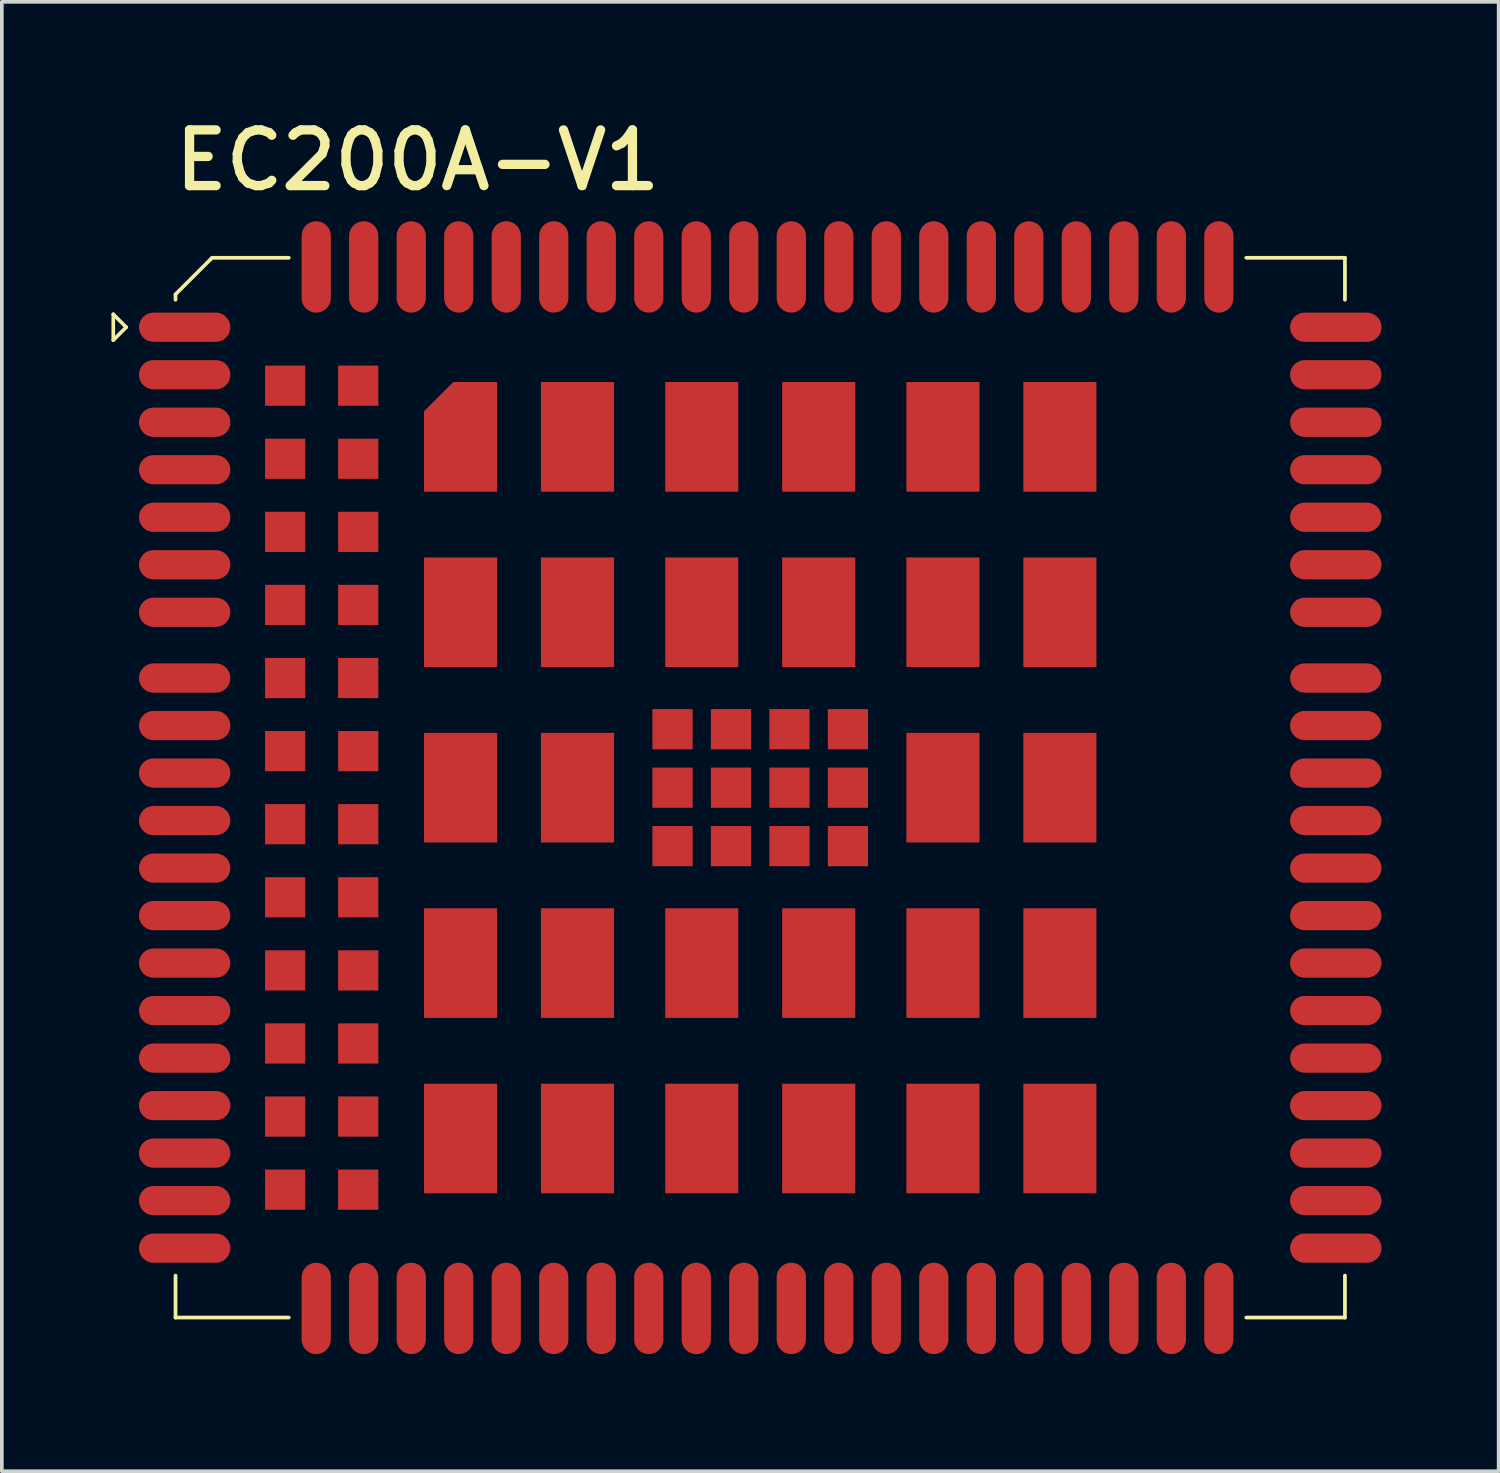
<source format=kicad_pcb>
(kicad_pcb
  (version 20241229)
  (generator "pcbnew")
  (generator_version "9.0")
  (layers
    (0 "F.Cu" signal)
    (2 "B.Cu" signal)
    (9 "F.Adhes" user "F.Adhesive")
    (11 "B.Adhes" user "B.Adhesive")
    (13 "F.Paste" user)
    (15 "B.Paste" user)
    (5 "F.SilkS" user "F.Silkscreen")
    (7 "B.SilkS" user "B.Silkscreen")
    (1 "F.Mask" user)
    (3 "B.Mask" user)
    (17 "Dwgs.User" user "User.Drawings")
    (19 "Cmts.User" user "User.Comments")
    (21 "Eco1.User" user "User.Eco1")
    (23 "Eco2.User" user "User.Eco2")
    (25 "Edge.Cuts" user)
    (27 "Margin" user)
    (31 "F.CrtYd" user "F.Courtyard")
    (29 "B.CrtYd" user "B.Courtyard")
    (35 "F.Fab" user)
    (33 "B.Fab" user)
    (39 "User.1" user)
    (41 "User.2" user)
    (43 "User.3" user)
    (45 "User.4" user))
  (footprint "EC200A-V1"
    (layer "F.Cu")
    (at 17.753 18.504)
    (property "Reference" "EC200A-V1" (at -9.375 -17.167 0) (unlocked yes) (layer "F.SilkS") (effects (font (size 1.524 1.524) (thickness 0.254))))
    (fp_poly (pts (xy -9.25 -8.05) (xy -7.15 -8.05) (xy -7.15 -11.15) (xy -8.45 -11.15) (xy -9.25 -10.35)) (stroke (width 0) (type default)) (fill yes) (layer "F.Mask"))
    (fp_line (start -17.703 -12.954) (end -17.35 -12.6) (stroke (width 0.1) (type solid)) (layer "F.SilkS"))
    (fp_line (start -17.703 -12.246) (end -17.703 -12.954) (stroke (width 0.1) (type solid)) (layer "F.SilkS"))
    (fp_line (start -17.703 -12.246) (end -17.35 -12.6) (stroke (width 0.1) (type solid)) (layer "F.SilkS"))
    (fp_line (start -16 -13.5) (end -15 -14.5) (stroke (width 0.1) (type solid)) (layer "F.SilkS"))
    (fp_line (start -16 -13.351) (end -16 -13.5) (stroke (width 0.102) (type solid)) (layer "F.SilkS"))
    (fp_line (start -16 14.5) (end -16 13.351) (stroke (width 0.102) (type solid)) (layer "F.SilkS"))
    (fp_line (start -16 14.5) (end -12.901 14.5) (stroke (width 0.102) (type solid)) (layer "F.SilkS"))
    (fp_line (start -15 -14.5) (end -12.901 -14.5) (stroke (width 0.102) (type solid)) (layer "F.SilkS"))
    (fp_line (start 13.301 -14.5) (end 16 -14.5) (stroke (width 0.102) (type solid)) (layer "F.SilkS"))
    (fp_line (start 13.301 14.5) (end 16 14.5) (stroke (width 0.102) (type solid)) (layer "F.SilkS"))
    (fp_line (start 16 -13.351) (end 16 -14.5) (stroke (width 0.102) (type solid)) (layer "F.SilkS"))
    (fp_line (start 16 14.5) (end 16 13.351) (stroke (width 0.102) (type solid)) (layer "F.SilkS"))
    (fp_poly (pts (xy -9.2 -10.3) (xy -8.4 -11.1) (xy -7.2 -11.1) (xy -7.2 -8.1) (xy -9.2 -8.1)) (stroke (width 0) (type default)) (fill yes) (layer "F.Paste"))
    (fp_line (start -17.2 -13.997) (end -17.2 15.7) (stroke (width 0.01) (type solid)) (layer "User.5"))
    (fp_line (start -17.2 -13.997) (end -15.497 -15.7) (stroke (width 0.01) (type solid)) (layer "User.5"))
    (fp_line (start -17.2 15.7) (end 17.2 15.7) (stroke (width 0.01) (type solid)) (layer "User.5"))
    (fp_line (start -15.497 -15.7) (end 17.2 -15.7) (stroke (width 0.01) (type solid)) (layer "User.5"))
    (fp_line (start 17.2 15.7) (end 17.2 -15.7) (stroke (width 0.01) (type solid)) (layer "User.5"))
    (pad "" smd custom (at -9.2 -10.3) (size 0.000001 0.000001) (layers "F.Cu") (options (anchor circle)) (primitives (gr_poly (pts (xy 0 0) (xy 0.8 -0.8) (xy 2 -0.8) (xy 2 2.2) (xy 0 2.2)) (width 0) (fill yes))))
    (pad "1" smd oval (at -15.75 -12.6) (size 2.5 0.8) (layers "F.Cu" "F.Mask" "F.Paste"))
    (pad "2" smd oval (at -15.75 -11.3) (size 2.5 0.8) (layers "F.Cu" "F.Mask" "F.Paste"))
    (pad "3" smd oval (at -15.75 -10) (size 2.5 0.8) (layers "F.Cu" "F.Mask" "F.Paste"))
    (pad "4" smd oval (at -15.75 -8.7) (size 2.5 0.8) (layers "F.Cu" "F.Mask" "F.Paste"))
    (pad "5" smd oval (at -15.75 -7.4) (size 2.5 0.8) (layers "F.Cu" "F.Mask" "F.Paste"))
    (pad "6" smd oval (at -15.75 -6.1) (size 2.5 0.8) (layers "F.Cu" "F.Mask" "F.Paste"))
    (pad "7" smd oval (at -15.75 -4.8) (size 2.5 0.8) (layers "F.Cu" "F.Mask" "F.Paste"))
    (pad "8" smd oval (at -15.75 -0.4) (size 2.5 0.8) (layers "F.Cu" "F.Mask" "F.Paste"))
    (pad "9" smd oval (at -15.75 0.9) (size 2.5 0.8) (layers "F.Cu" "F.Mask" "F.Paste"))
    (pad "10" smd oval (at -15.75 2.2) (size 2.5 0.8) (layers "F.Cu" "F.Mask" "F.Paste"))
    (pad "11" smd oval (at -15.75 3.5) (size 2.5 0.8) (layers "F.Cu" "F.Mask" "F.Paste"))
    (pad "12" smd oval (at -15.75 4.8) (size 2.5 0.8) (layers "F.Cu" "F.Mask" "F.Paste"))
    (pad "13" smd oval (at -15.75 6.1) (size 2.5 0.8) (layers "F.Cu" "F.Mask" "F.Paste"))
    (pad "14" smd oval (at -15.75 7.4) (size 2.5 0.8) (layers "F.Cu" "F.Mask" "F.Paste"))
    (pad "15" smd oval (at -15.75 8.7) (size 2.5 0.8) (layers "F.Cu" "F.Mask" "F.Paste"))
    (pad "16" smd oval (at -15.75 10) (size 2.5 0.8) (layers "F.Cu" "F.Mask" "F.Paste"))
    (pad "17" smd oval (at -15.75 11.3) (size 2.5 0.8) (layers "F.Cu" "F.Mask" "F.Paste"))
    (pad "18" smd oval (at -15.75 12.6) (size 2.5 0.8) (layers "F.Cu" "F.Mask" "F.Paste"))
    (pad "19" smd oval (at -9.55 14.25 90) (size 2.5 0.8) (layers "F.Cu" "F.Mask" "F.Paste"))
    (pad "20" smd oval (at -8.25 14.25 90) (size 2.5 0.8) (layers "F.Cu" "F.Mask" "F.Paste"))
    (pad "21" smd oval (at -6.95 14.25 90) (size 2.5 0.8) (layers "F.Cu" "F.Mask" "F.Paste"))
    (pad "22" smd oval (at -5.65 14.25 90) (size 2.5 0.8) (layers "F.Cu" "F.Mask" "F.Paste"))
    (pad "23" smd oval (at -4.35 14.25 90) (size 2.5 0.8) (layers "F.Cu" "F.Mask" "F.Paste"))
    (pad "24" smd oval (at -3.05 14.25 90) (size 2.5 0.8) (layers "F.Cu" "F.Mask" "F.Paste"))
    (pad "25" smd oval (at -1.75 14.25 90) (size 2.5 0.8) (layers "F.Cu" "F.Mask" "F.Paste"))
    (pad "26" smd oval (at -0.45 14.25 90) (size 2.5 0.8) (layers "F.Cu" "F.Mask" "F.Paste"))
    (pad "27" smd oval (at 0.85 14.25 90) (size 2.5 0.8) (layers "F.Cu" "F.Mask" "F.Paste"))
    (pad "28" smd oval (at 2.15 14.25 90) (size 2.5 0.8) (layers "F.Cu" "F.Mask" "F.Paste"))
    (pad "29" smd oval (at 3.45 14.25 90) (size 2.5 0.8) (layers "F.Cu" "F.Mask" "F.Paste"))
    (pad "30" smd oval (at 4.75 14.25 90) (size 2.5 0.8) (layers "F.Cu" "F.Mask" "F.Paste"))
    (pad "31" smd oval (at 6.05 14.25 90) (size 2.5 0.8) (layers "F.Cu" "F.Mask" "F.Paste"))
    (pad "32" smd oval (at 7.35 14.25 90) (size 2.5 0.8) (layers "F.Cu" "F.Mask" "F.Paste"))
    (pad "33" smd oval (at 8.65 14.25 90) (size 2.5 0.8) (layers "F.Cu" "F.Mask" "F.Paste"))
    (pad "34" smd oval (at 9.95 14.25 90) (size 2.5 0.8) (layers "F.Cu" "F.Mask" "F.Paste"))
    (pad "35" smd oval (at 11.25 14.25 90) (size 2.5 0.8) (layers "F.Cu" "F.Mask" "F.Paste"))
    (pad "36" smd oval (at 12.55 14.25 90) (size 2.5 0.8) (layers "F.Cu" "F.Mask" "F.Paste"))
    (pad "37" smd oval (at 15.75 12.6) (size 2.5 0.8) (layers "F.Cu" "F.Mask" "F.Paste"))
    (pad "38" smd oval (at 15.75 11.3) (size 2.5 0.8) (layers "F.Cu" "F.Mask" "F.Paste"))
    (pad "39" smd oval (at 15.75 10) (size 2.5 0.8) (layers "F.Cu" "F.Mask" "F.Paste"))
    (pad "40" smd oval (at 15.75 8.7) (size 2.5 0.8) (layers "F.Cu" "F.Mask" "F.Paste"))
    (pad "41" smd oval (at 15.75 7.4) (size 2.5 0.8) (layers "F.Cu" "F.Mask" "F.Paste"))
    (pad "42" smd oval (at 15.75 6.1) (size 2.5 0.8) (layers "F.Cu" "F.Mask" "F.Paste"))
    (pad "43" smd oval (at 15.75 4.8) (size 2.5 0.8) (layers "F.Cu" "F.Mask" "F.Paste"))
    (pad "44" smd oval (at 15.75 3.5) (size 2.5 0.8) (layers "F.Cu" "F.Mask" "F.Paste"))
    (pad "45" smd oval (at 15.75 2.2) (size 2.5 0.8) (layers "F.Cu" "F.Mask" "F.Paste"))
    (pad "46" smd oval (at 15.75 0.9) (size 2.5 0.8) (layers "F.Cu" "F.Mask" "F.Paste"))
    (pad "47" smd oval (at 15.75 -0.4) (size 2.5 0.8) (layers "F.Cu" "F.Mask" "F.Paste"))
    (pad "48" smd oval (at 15.75 -4.8) (size 2.5 0.8) (layers "F.Cu" "F.Mask" "F.Paste"))
    (pad "49" smd oval (at 15.75 -6.1) (size 2.5 0.8) (layers "F.Cu" "F.Mask" "F.Paste"))
    (pad "50" smd oval (at 15.75 -7.4) (size 2.5 0.8) (layers "F.Cu" "F.Mask" "F.Paste"))
    (pad "51" smd oval (at 15.75 -8.7) (size 2.5 0.8) (layers "F.Cu" "F.Mask" "F.Paste"))
    (pad "52" smd oval (at 15.75 -10) (size 2.5 0.8) (layers "F.Cu" "F.Mask" "F.Paste"))
    (pad "53" smd oval (at 15.75 -11.3) (size 2.5 0.8) (layers "F.Cu" "F.Mask" "F.Paste"))
    (pad "54" smd oval (at 15.75 -12.6) (size 2.5 0.8) (layers "F.Cu" "F.Mask" "F.Paste"))
    (pad "55" smd oval (at 12.55 -14.25 90) (size 2.5 0.8) (layers "F.Cu" "F.Mask" "F.Paste"))
    (pad "56" smd oval (at 11.25 -14.25 90) (size 2.5 0.8) (layers "F.Cu" "F.Mask" "F.Paste"))
    (pad "57" smd oval (at 9.95 -14.25 90) (size 2.5 0.8) (layers "F.Cu" "F.Mask" "F.Paste"))
    (pad "58" smd oval (at 8.65 -14.25 90) (size 2.5 0.8) (layers "F.Cu" "F.Mask" "F.Paste"))
    (pad "59" smd oval (at 7.35 -14.25 90) (size 2.5 0.8) (layers "F.Cu" "F.Mask" "F.Paste"))
    (pad "60" smd oval (at 6.05 -14.25 90) (size 2.5 0.8) (layers "F.Cu" "F.Mask" "F.Paste"))
    (pad "61" smd oval (at 4.75 -14.25 90) (size 2.5 0.8) (layers "F.Cu" "F.Mask" "F.Paste"))
    (pad "62" smd oval (at 3.45 -14.25 90) (size 2.5 0.8) (layers "F.Cu" "F.Mask" "F.Paste"))
    (pad "63" smd oval (at 2.15 -14.25 90) (size 2.5 0.8) (layers "F.Cu" "F.Mask" "F.Paste"))
    (pad "64" smd oval (at 0.85 -14.25 90) (size 2.5 0.8) (layers "F.Cu" "F.Mask" "F.Paste"))
    (pad "65" smd oval (at -0.45 -14.25 90) (size 2.5 0.8) (layers "F.Cu" "F.Mask" "F.Paste"))
    (pad "66" smd oval (at -1.75 -14.25 90) (size 2.5 0.8) (layers "F.Cu" "F.Mask" "F.Paste"))
    (pad "67" smd oval (at -3.05 -14.25 90) (size 2.5 0.8) (layers "F.Cu" "F.Mask" "F.Paste"))
    (pad "68" smd oval (at -4.35 -14.25 90) (size 2.5 0.8) (layers "F.Cu" "F.Mask" "F.Paste"))
    (pad "69" smd oval (at -5.65 -14.25 90) (size 2.5 0.8) (layers "F.Cu" "F.Mask" "F.Paste"))
    (pad "70" smd oval (at -6.95 -14.25 90) (size 2.5 0.8) (layers "F.Cu" "F.Mask" "F.Paste"))
    (pad "71" smd oval (at -8.25 -14.25 90) (size 2.5 0.8) (layers "F.Cu" "F.Mask" "F.Paste"))
    (pad "72" smd oval (at -9.55 -14.25 90) (size 2.5 0.8) (layers "F.Cu" "F.Mask" "F.Paste"))
    (pad "73" smd rect (at 2.4 -1.6) (size 1.1 1.1) (layers "F.Cu" "F.Mask" "F.Paste"))
    (pad "74" smd rect (at 2.4 0) (size 1.1 1.1) (layers "F.Cu" "F.Mask" "F.Paste"))
    (pad "75" smd rect (at 2.4 1.6) (size 1.1 1.1) (layers "F.Cu" "F.Mask" "F.Paste"))
    (pad "76" smd rect (at 0.8 -1.6) (size 1.1 1.1) (layers "F.Cu" "F.Mask" "F.Paste"))
    (pad "77" smd rect (at 0.8 0) (size 1.1 1.1) (layers "F.Cu" "F.Mask" "F.Paste"))
    (pad "78" smd rect (at 0.8 1.6) (size 1.1 1.1) (layers "F.Cu" "F.Mask" "F.Paste"))
    (pad "79" smd rect (at -0.8 -1.6) (size 1.1 1.1) (layers "F.Cu" "F.Mask" "F.Paste"))
    (pad "80" smd rect (at -0.8 0) (size 1.1 1.1) (layers "F.Cu" "F.Mask" "F.Paste"))
    (pad "81" smd rect (at -0.8 1.6) (size 1.1 1.1) (layers "F.Cu" "F.Mask" "F.Paste"))
    (pad "82" smd rect (at -2.4 -1.6) (size 1.1 1.1) (layers "F.Cu" "F.Mask" "F.Paste"))
    (pad "83" smd rect (at -2.4 0) (size 1.1 1.1) (layers "F.Cu" "F.Mask" "F.Paste"))
    (pad "84" smd rect (at -2.4 1.6) (size 1.1 1.1) (layers "F.Cu" "F.Mask" "F.Paste"))
    (pad "85" smd rect (at 8.2 -9.6 90) (size 3 2) (layers "F.Cu" "F.Mask" "F.Paste"))
    (pad "86" smd rect (at 8.2 -4.8 90) (size 3 2) (layers "F.Cu" "F.Mask" "F.Paste"))
    (pad "87" smd rect (at 8.2 0 90) (size 3 2) (layers "F.Cu" "F.Mask" "F.Paste"))
    (pad "88" smd rect (at 8.2 4.8 90) (size 3 2) (layers "F.Cu" "F.Mask" "F.Paste"))
    (pad "89" smd rect (at 8.2 9.6 90) (size 3 2) (layers "F.Cu" "F.Mask" "F.Paste"))
    (pad "90" smd rect (at 5 -9.6 90) (size 3 2) (layers "F.Cu" "F.Mask" "F.Paste"))
    (pad "91" smd rect (at 5 -4.8 90) (size 3 2) (layers "F.Cu" "F.Mask" "F.Paste"))
    (pad "92" smd rect (at 5 0 90) (size 3 2) (layers "F.Cu" "F.Mask" "F.Paste"))
    (pad "93" smd rect (at 5 4.8 90) (size 3 2) (layers "F.Cu" "F.Mask" "F.Paste"))
    (pad "94" smd rect (at 5 9.6 90) (size 3 2) (layers "F.Cu" "F.Mask" "F.Paste"))
    (pad "95" smd rect (at 1.6 -9.6 90) (size 3 2) (layers "F.Cu" "F.Mask" "F.Paste"))
    (pad "96" smd rect (at 1.6 -4.8 90) (size 3 2) (layers "F.Cu" "F.Mask" "F.Paste"))
    (pad "97" smd rect (at 1.6 4.8 90) (size 3 2) (layers "F.Cu" "F.Mask" "F.Paste"))
    (pad "98" smd rect (at 1.6 9.6 90) (size 3 2) (layers "F.Cu" "F.Mask" "F.Paste"))
    (pad "99" smd rect (at -1.6 -9.6 90) (size 3 2) (layers "F.Cu" "F.Mask" "F.Paste"))
    (pad "100" smd rect (at -1.6 -4.8 90) (size 3 2) (layers "F.Cu" "F.Mask" "F.Paste"))
    (pad "101" smd rect (at -1.6 4.8 90) (size 3 2) (layers "F.Cu" "F.Mask" "F.Paste"))
    (pad "102" smd rect (at -1.6 9.6 90) (size 3 2) (layers "F.Cu" "F.Mask" "F.Paste"))
    (pad "103" smd rect (at -5 -9.6 90) (size 3 2) (layers "F.Cu" "F.Mask" "F.Paste"))
    (pad "104" smd rect (at -5 -4.8 90) (size 3 2) (layers "F.Cu" "F.Mask" "F.Paste"))
    (pad "105" smd rect (at -5 0 90) (size 3 2) (layers "F.Cu" "F.Mask" "F.Paste"))
    (pad "106" smd rect (at -5 4.8 90) (size 3 2) (layers "F.Cu" "F.Mask" "F.Paste"))
    (pad "107" smd rect (at -5 9.6 90) (size 3 2) (layers "F.Cu" "F.Mask" "F.Paste"))
    (pad "108" smd rect (at -8.2 -9.6 90) (size 1 1) (layers "F.Cu" "F.Mask" "F.Paste"))
    (pad "109" smd rect (at -8.2 -4.8 90) (size 3 2) (layers "F.Cu" "F.Mask" "F.Paste"))
    (pad "110" smd rect (at -8.2 0 90) (size 3 2) (layers "F.Cu" "F.Mask" "F.Paste"))
    (pad "111" smd rect (at -8.2 4.8 90) (size 3 2) (layers "F.Cu" "F.Mask" "F.Paste"))
    (pad "112" smd rect (at -8.2 9.6 90) (size 3 2) (layers "F.Cu" "F.Mask" "F.Paste"))
    (pad "113" smd oval (at -10.85 -14.25 90) (size 2.5 0.8) (layers "F.Cu" "F.Mask" "F.Paste"))
    (pad "114" smd oval (at -12.15 -14.25 90) (size 2.5 0.8) (layers "F.Cu" "F.Mask" "F.Paste"))
    (pad "115" smd oval (at -10.85 14.25 90) (size 2.5 0.8) (layers "F.Cu" "F.Mask" "F.Paste"))
    (pad "116" smd oval (at -12.15 14.25 90) (size 2.5 0.8) (layers "F.Cu" "F.Mask" "F.Paste"))
    (pad "117" smd rect (at -11 -11) (size 1.1 1.1) (layers "F.Cu" "F.Mask" "F.Paste"))
    (pad "118" smd rect (at -11 -9) (size 1.1 1.1) (layers "F.Cu" "F.Mask" "F.Paste"))
    (pad "119" smd rect (at -11 -7) (size 1.1 1.1) (layers "F.Cu" "F.Mask" "F.Paste"))
    (pad "120" smd rect (at -11 -5) (size 1.1 1.1) (layers "F.Cu" "F.Mask" "F.Paste"))
    (pad "121" smd rect (at -11 -3) (size 1.1 1.1) (layers "F.Cu" "F.Mask" "F.Paste"))
    (pad "122" smd rect (at -11 -1) (size 1.1 1.1) (layers "F.Cu" "F.Mask" "F.Paste"))
    (pad "123" smd rect (at -11 1) (size 1.1 1.1) (layers "F.Cu" "F.Mask" "F.Paste"))
    (pad "124" smd rect (at -11 3) (size 1.1 1.1) (layers "F.Cu" "F.Mask" "F.Paste"))
    (pad "125" smd rect (at -11 5) (size 1.1 1.1) (layers "F.Cu" "F.Mask" "F.Paste"))
    (pad "126" smd rect (at -11 7) (size 1.1 1.1) (layers "F.Cu" "F.Mask" "F.Paste"))
    (pad "127" smd rect (at -11 9) (size 1.1 1.1) (layers "F.Cu" "F.Mask" "F.Paste"))
    (pad "128" smd rect (at -11 11) (size 1.1 1.1) (layers "F.Cu" "F.Mask" "F.Paste"))
    (pad "129" smd rect (at -13 -11) (size 1.1 1.1) (layers "F.Cu" "F.Mask" "F.Paste"))
    (pad "130" smd rect (at -13 -9) (size 1.1 1.1) (layers "F.Cu" "F.Mask" "F.Paste"))
    (pad "131" smd rect (at -13 -7) (size 1.1 1.1) (layers "F.Cu" "F.Mask" "F.Paste"))
    (pad "132" smd rect (at -13 -5) (size 1.1 1.1) (layers "F.Cu" "F.Mask" "F.Paste"))
    (pad "133" smd rect (at -13 -3) (size 1.1 1.1) (layers "F.Cu" "F.Mask" "F.Paste"))
    (pad "134" smd rect (at -13 -1) (size 1.1 1.1) (layers "F.Cu" "F.Mask" "F.Paste"))
    (pad "135" smd rect (at -13 1) (size 1.1 1.1) (layers "F.Cu" "F.Mask" "F.Paste"))
    (pad "136" smd rect (at -13 3) (size 1.1 1.1) (layers "F.Cu" "F.Mask" "F.Paste"))
    (pad "137" smd rect (at -13 5) (size 1.1 1.1) (layers "F.Cu" "F.Mask" "F.Paste"))
    (pad "138" smd rect (at -13 7) (size 1.1 1.1) (layers "F.Cu" "F.Mask" "F.Paste"))
    (pad "139" smd rect (at -13 9) (size 1.1 1.1) (layers "F.Cu" "F.Mask" "F.Paste"))
    (pad "140" smd rect (at -13 11) (size 1.1 1.1) (layers "F.Cu" "F.Mask" "F.Paste"))
    (pad "141" smd oval (at -15.75 -3) (size 2.5 0.8) (layers "F.Cu" "F.Mask" "F.Paste"))
    (pad "142" smd oval (at -15.75 -1.7) (size 2.5 0.8) (layers "F.Cu" "F.Mask" "F.Paste"))
    (pad "143" smd oval (at 15.75 -1.7) (size 2.5 0.8) (layers "F.Cu" "F.Mask" "F.Paste"))
    (pad "144" smd oval (at 15.75 -3) (size 2.5 0.8) (layers "F.Cu" "F.Mask" "F.Paste")))
  (gr_rect
    (start -3 -3)
    (end 37.959 37.209)
    (stroke (width 0.1) (type default))
    (fill no)
    (layer "Edge.Cuts")))
</source>
